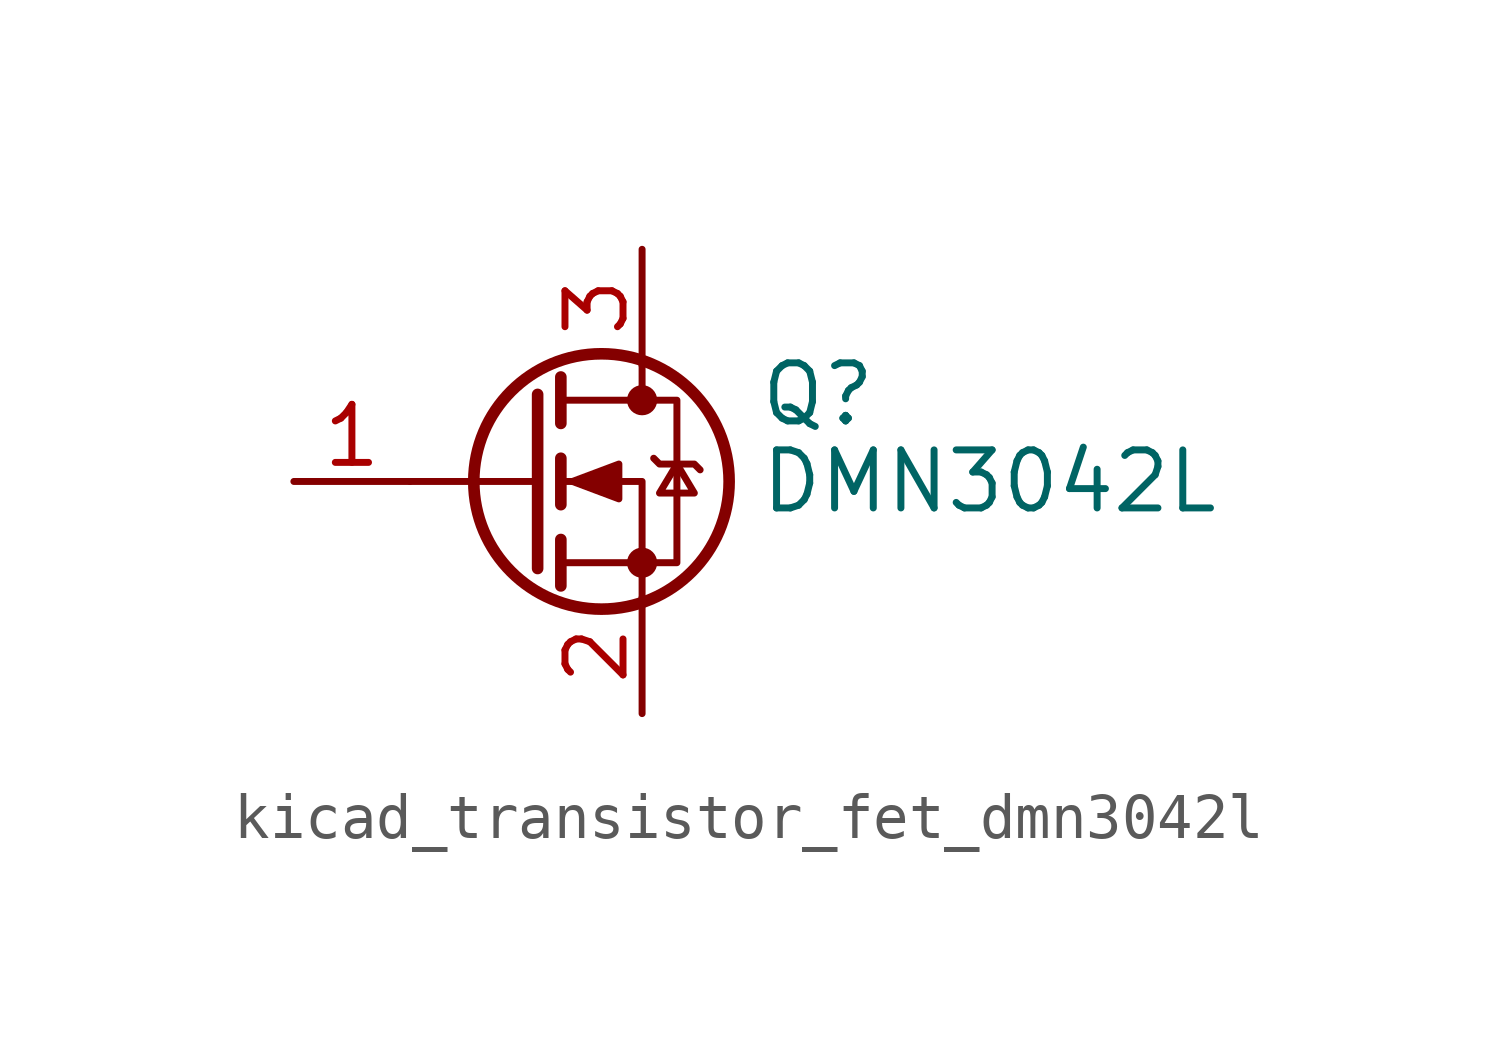
<source format=kicad_sym>
(kicad_symbol_lib
  (version 20220914)
  (generator kicad_symbol_editor)
  (symbol "kicad_transistor_fet_dmn3042l"
    (pin_names hide)
    (property "Reference" "Q"
      (at 5.08 1.905 0)
      (effects (font (size 1.27 1.27)) (justify left)))
    (property "Value" "DMN3042L"
      (at 5.08 0 0)
      (effects (font (size 1.27 1.27)) (justify left)))
    (symbol "kicad_transistor_fet_dmn3042l_0_1"
      (polyline (pts (xy 0.254 0) (xy -2.54 0)) (stroke (width 0) (type default)) (fill (type none)))
      (polyline (pts (xy 0.254 1.905) (xy 0.254 -1.905)) (stroke (width 0.254) (type default)) (fill (type none)))
      (polyline (pts (xy 0.762 -1.27) (xy 0.762 -2.286)) (stroke (width 0.254) (type default)) (fill (type none)))
      (polyline (pts (xy 0.762 0.508) (xy 0.762 -0.508)) (stroke (width 0.254) (type default)) (fill (type none)))
      (polyline (pts (xy 0.762 2.286) (xy 0.762 1.27)) (stroke (width 0.254) (type default)) (fill (type none)))
      (polyline (pts (xy 2.54 2.54) (xy 2.54 1.778)) (stroke (width 0) (type default)) (fill (type none)))
      (polyline (pts (xy 2.54 -2.54) (xy 2.54 0) (xy 0.762 0)) (stroke (width 0) (type default)) (fill (type none)))
      (polyline (pts (xy 0.762 -1.778) (xy 3.302 -1.778) (xy 3.302 1.778) (xy 0.762 1.778)) (stroke (width 0) (type default)) (fill (type none)))
      (polyline (pts (xy 1.016 0) (xy 2.032 0.381) (xy 2.032 -0.381) (xy 1.016 0)) (stroke (width 0) (type default)) (fill (type outline)))
      (polyline (pts (xy 2.794 0.508) (xy 2.921 0.381) (xy 3.683 0.381) (xy 3.81 0.254)) (stroke (width 0) (type default)) (fill (type none)))
      (polyline (pts (xy 3.302 0.381) (xy 2.921 -0.254) (xy 3.683 -0.254) (xy 3.302 0.381)) (stroke (width 0) (type default)) (fill (type none)))
      (circle (center 1.651 0) (radius 2.794) (stroke (width 0.254) (type default)) (fill (type none)))
      (circle (center 2.54 -1.778) (radius 0.254) (stroke (width 0) (type default)) (fill (type outline)))
      (circle (center 2.54 1.778) (radius 0.254) (stroke (width 0) (type default)) (fill (type outline))))
    (symbol "kicad_transistor_fet_dmn3042l_1_1"
      (pin input line (at -5.08 0 0) (length 2.54) (name "G" (effects (font (size 1.27 1.27)))) (number "1" (effects (font (size 1.27 1.27)))))
      (pin passive line (at 2.54 -5.08 90) (length 2.54) (name "S" (effects (font (size 1.27 1.27)))) (number "2" (effects (font (size 1.27 1.27)))))
      (pin passive line (at 2.54 5.08 270) (length 2.54) (name "D" (effects (font (size 1.27 1.27)))) (number "3" (effects (font (size 1.27 1.27))))))))
</source>
